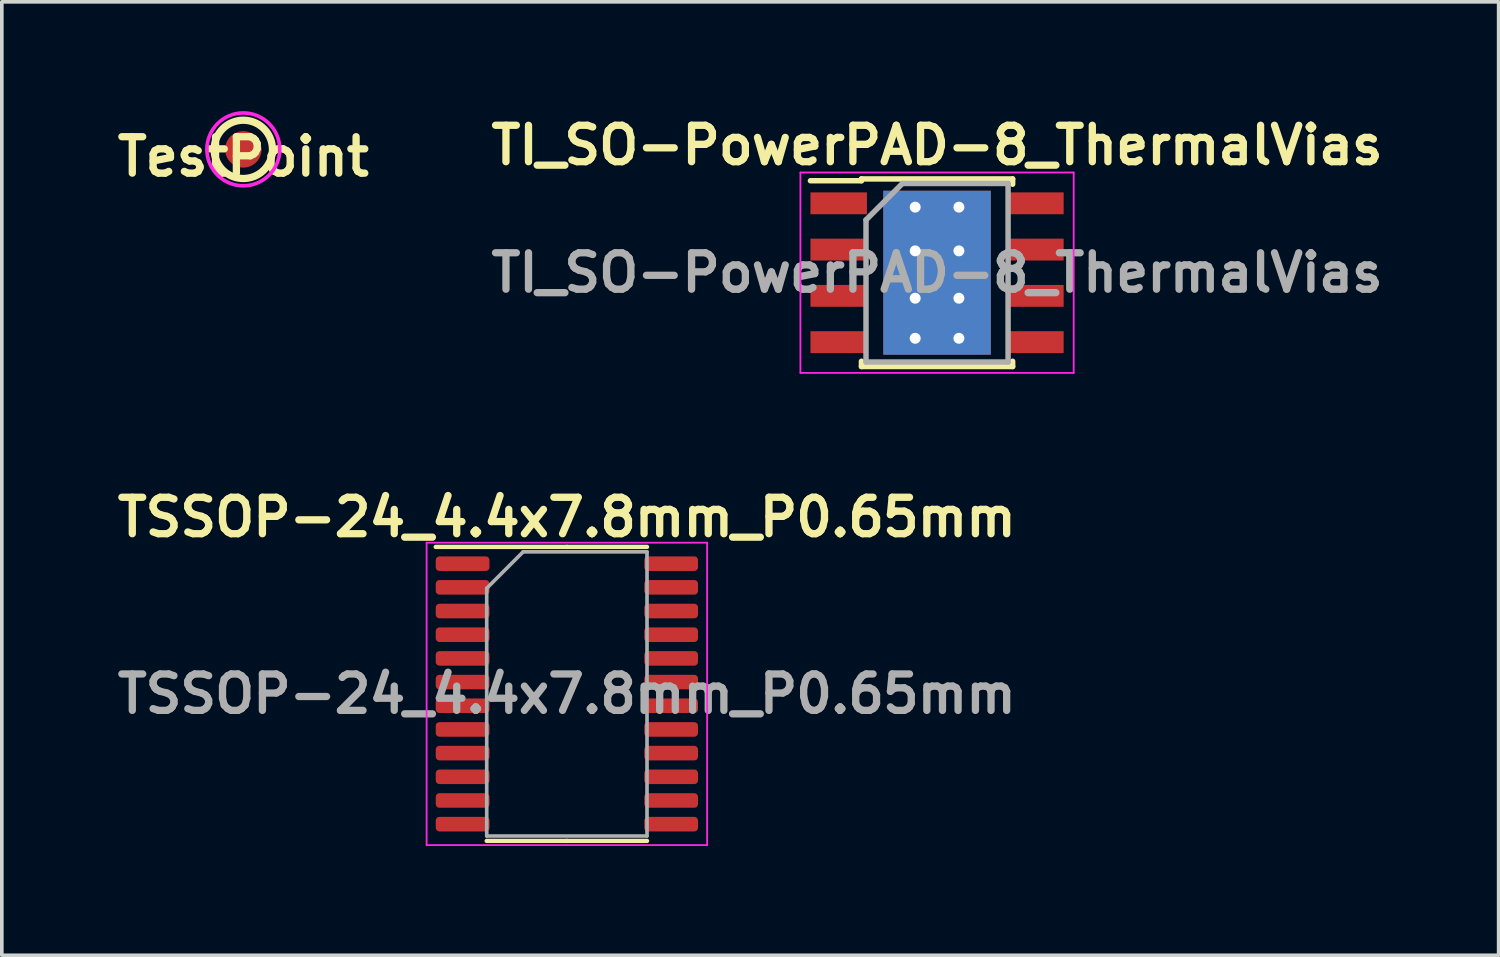
<source format=kicad_pcb>
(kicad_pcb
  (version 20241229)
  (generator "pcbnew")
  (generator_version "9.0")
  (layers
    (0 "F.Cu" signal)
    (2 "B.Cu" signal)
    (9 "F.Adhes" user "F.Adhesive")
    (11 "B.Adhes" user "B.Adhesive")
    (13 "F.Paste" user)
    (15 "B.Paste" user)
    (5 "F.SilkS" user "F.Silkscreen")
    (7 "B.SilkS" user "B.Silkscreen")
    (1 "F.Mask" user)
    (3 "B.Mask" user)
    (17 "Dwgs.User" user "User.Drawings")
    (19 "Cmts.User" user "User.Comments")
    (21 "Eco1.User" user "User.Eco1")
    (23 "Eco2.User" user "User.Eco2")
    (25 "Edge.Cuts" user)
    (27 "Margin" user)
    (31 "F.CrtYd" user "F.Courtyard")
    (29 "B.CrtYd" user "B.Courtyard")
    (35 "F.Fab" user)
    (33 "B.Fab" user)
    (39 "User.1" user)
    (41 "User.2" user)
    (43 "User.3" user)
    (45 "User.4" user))
  (footprint "TestPoint"
    (layer "F.Cu")
    (at 3.629 1.05)
    (property "Reference" "TestPoint" (at 0 0.2 0) (layer "F.SilkS") (effects (font (size 1 1) (thickness 0.2))))
    (attr through_hole)
    (fp_circle (center 0 0) (end 0.8 0) (stroke (width 0.2) (type solid)) (fill no) (layer "F.SilkS"))
    (fp_circle (center 0 0) (end 1 0) (stroke (width 0.1) (type solid)) (fill no) (layer "F.CrtYd"))
    (pad "1" smd circle (at 0 0) (size 1 1) (layers "F.Cu" "F.Mask" "F.Paste")))
  (footprint "TI_SO-PowerPAD-8_ThermalVias"
    (layer "F.Cu")
    (at 22.671 4.436)
    (property "Reference" "TI_SO-PowerPAD-8_ThermalVias" (at 0 -3.5 0) (layer "F.SilkS") (effects (font (size 1 1) (thickness 0.2))))
    (attr smd)
    (fp_line (start -2.075 -2.575) (end -2.075 -2.525) (stroke (width 0.15) (type solid)) (layer "F.SilkS"))
    (fp_line (start -2.075 -2.575) (end 2.075 -2.575) (stroke (width 0.15) (type solid)) (layer "F.SilkS"))
    (fp_line (start -2.075 -2.525) (end -3.475 -2.525) (stroke (width 0.15) (type solid)) (layer "F.SilkS"))
    (fp_line (start -2.075 2.575) (end -2.075 2.43) (stroke (width 0.15) (type solid)) (layer "F.SilkS"))
    (fp_line (start -2.075 2.575) (end 2.075 2.575) (stroke (width 0.15) (type solid)) (layer "F.SilkS"))
    (fp_line (start 2.075 -2.575) (end 2.075 -2.43) (stroke (width 0.15) (type solid)) (layer "F.SilkS"))
    (fp_line (start 2.075 2.575) (end 2.075 2.43) (stroke (width 0.15) (type solid)) (layer "F.SilkS"))
    (fp_line (start -3.75 -2.75) (end -3.75 2.75) (stroke (width 0.05) (type solid)) (layer "F.CrtYd"))
    (fp_line (start -3.75 -2.75) (end 3.75 -2.75) (stroke (width 0.05) (type solid)) (layer "F.CrtYd"))
    (fp_line (start -3.75 2.75) (end 3.75 2.75) (stroke (width 0.05) (type solid)) (layer "F.CrtYd"))
    (fp_line (start 3.75 -2.75) (end 3.75 2.75) (stroke (width 0.05) (type solid)) (layer "F.CrtYd"))
    (fp_line (start -1.95 -1.45) (end -0.95 -2.45) (stroke (width 0.15) (type solid)) (layer "F.Fab"))
    (fp_line (start -1.95 2.45) (end -1.95 -1.45) (stroke (width 0.15) (type solid)) (layer "F.Fab"))
    (fp_line (start -0.95 -2.45) (end 1.95 -2.45) (stroke (width 0.15) (type solid)) (layer "F.Fab"))
    (fp_line (start 1.95 -2.45) (end 1.95 2.45) (stroke (width 0.15) (type solid)) (layer "F.Fab"))
    (fp_line (start 1.95 2.45) (end -1.95 2.45) (stroke (width 0.15) (type solid)) (layer "F.Fab"))
    (fp_text user "${REFERENCE}" (at 0 0 0) (layer "F.Fab") (effects (font (size 1 1) (thickness 0.2))))
    (pad "1" smd rect (at -2.7 -1.905) (size 1.55 0.6) (layers "F.Cu" "F.Mask" "F.Paste"))
    (pad "2" smd rect (at -2.7 -0.635) (size 1.55 0.6) (layers "F.Cu" "F.Mask" "F.Paste"))
    (pad "3" smd rect (at -2.7 0.635) (size 1.55 0.6) (layers "F.Cu" "F.Mask" "F.Paste"))
    (pad "4" smd rect (at -2.7 1.905) (size 1.55 0.6) (layers "F.Cu" "F.Mask" "F.Paste"))
    (pad "5" smd rect (at 2.7 1.905) (size 1.55 0.6) (layers "F.Cu" "F.Mask" "F.Paste"))
    (pad "6" smd rect (at 2.7 0.635) (size 1.55 0.6) (layers "F.Cu" "F.Mask" "F.Paste"))
    (pad "7" smd rect (at 2.7 -0.635) (size 1.55 0.6) (layers "F.Cu" "F.Mask" "F.Paste"))
    (pad "8" smd rect (at 2.7 -1.905) (size 1.55 0.6) (layers "F.Cu" "F.Mask" "F.Paste"))
    (pad "9" thru_hole circle (at -0.6 -1.8) (size 0.6 0.6) (drill 0.3) (layers "*.Cu"))
    (pad "9" thru_hole circle (at -0.6 -0.6) (size 0.6 0.6) (drill 0.3) (layers "*.Cu"))
    (pad "9" thru_hole circle (at -0.6 0.7) (size 0.6 0.6) (drill 0.3) (layers "*.Cu"))
    (pad "9" thru_hole circle (at -0.6 1.8) (size 0.6 0.6) (drill 0.3) (layers "*.Cu"))
    (pad "9" smd rect (at 0 0) (size 2.6 3.1) (layers "F.Cu" "F.Mask" "F.Paste"))
    (pad "9" smd rect (at 0 0) (size 2.95 4.5) (layers "F.Cu"))
    (pad "9" smd rect (at 0 0) (size 2.95 4.5) (layers "B.Cu"))
    (pad "9" thru_hole circle (at 0.6 -1.8) (size 0.6 0.6) (drill 0.3) (layers "*.Cu"))
    (pad "9" thru_hole circle (at 0.6 -0.6) (size 0.6 0.6) (drill 0.3) (layers "*.Cu"))
    (pad "9" thru_hole circle (at 0.6 0.7) (size 0.6 0.6) (drill 0.3) (layers "*.Cu"))
    (pad "9" thru_hole circle (at 0.6 1.8) (size 0.6 0.6) (drill 0.3) (layers "*.Cu")))
  (footprint "TSSOP-24_4.4x7.8mm_P0.65mm"
    (layer "F.Cu")
    (at 12.51 15.997)
    (property "Reference" "TSSOP-24_4.4x7.8mm_P0.65mm" (at 0 -4.85 0) (layer "F.SilkS") (effects (font (size 1 1) (thickness 0.2))))
    (attr smd)
    (fp_line (start 0 -4.035) (end -3.6 -4.035) (stroke (width 0.12) (type solid)) (layer "F.SilkS"))
    (fp_line (start 0 -4.035) (end 2.2 -4.035) (stroke (width 0.12) (type solid)) (layer "F.SilkS"))
    (fp_line (start 0 4.035) (end -2.2 4.035) (stroke (width 0.12) (type solid)) (layer "F.SilkS"))
    (fp_line (start 0 4.035) (end 2.2 4.035) (stroke (width 0.12) (type solid)) (layer "F.SilkS"))
    (fp_line (start -3.85 -4.15) (end -3.85 4.15) (stroke (width 0.05) (type solid)) (layer "F.CrtYd"))
    (fp_line (start -3.85 4.15) (end 3.85 4.15) (stroke (width 0.05) (type solid)) (layer "F.CrtYd"))
    (fp_line (start 3.85 -4.15) (end -3.85 -4.15) (stroke (width 0.05) (type solid)) (layer "F.CrtYd"))
    (fp_line (start 3.85 4.15) (end 3.85 -4.15) (stroke (width 0.05) (type solid)) (layer "F.CrtYd"))
    (fp_line (start -2.2 -2.9) (end -1.2 -3.9) (stroke (width 0.1) (type solid)) (layer "F.Fab"))
    (fp_line (start -2.2 3.9) (end -2.2 -2.9) (stroke (width 0.1) (type solid)) (layer "F.Fab"))
    (fp_line (start -1.2 -3.9) (end 2.2 -3.9) (stroke (width 0.1) (type solid)) (layer "F.Fab"))
    (fp_line (start 2.2 -3.9) (end 2.2 3.9) (stroke (width 0.1) (type solid)) (layer "F.Fab"))
    (fp_line (start 2.2 3.9) (end -2.2 3.9) (stroke (width 0.1) (type solid)) (layer "F.Fab"))
    (fp_text user "${REFERENCE}" (at 0 0 0) (layer "F.Fab") (effects (font (size 1 1) (thickness 0.2))))
    (pad "1" smd roundrect (at -2.862 -3.575) (size 1.475 0.4) (layers "F.Cu" "F.Mask" "F.Paste") (roundrect_rratio 0.25))
    (pad "2" smd roundrect (at -2.862 -2.925) (size 1.475 0.4) (layers "F.Cu" "F.Mask" "F.Paste") (roundrect_rratio 0.25))
    (pad "3" smd roundrect (at -2.862 -2.275) (size 1.475 0.4) (layers "F.Cu" "F.Mask" "F.Paste") (roundrect_rratio 0.25))
    (pad "4" smd roundrect (at -2.862 -1.625) (size 1.475 0.4) (layers "F.Cu" "F.Mask" "F.Paste") (roundrect_rratio 0.25))
    (pad "5" smd roundrect (at -2.862 -0.975) (size 1.475 0.4) (layers "F.Cu" "F.Mask" "F.Paste") (roundrect_rratio 0.25))
    (pad "6" smd roundrect (at -2.862 -0.325) (size 1.475 0.4) (layers "F.Cu" "F.Mask" "F.Paste") (roundrect_rratio 0.25))
    (pad "7" smd roundrect (at -2.862 0.325) (size 1.475 0.4) (layers "F.Cu" "F.Mask" "F.Paste") (roundrect_rratio 0.25))
    (pad "8" smd roundrect (at -2.862 0.975) (size 1.475 0.4) (layers "F.Cu" "F.Mask" "F.Paste") (roundrect_rratio 0.25))
    (pad "9" smd roundrect (at -2.862 1.625) (size 1.475 0.4) (layers "F.Cu" "F.Mask" "F.Paste") (roundrect_rratio 0.25))
    (pad "10" smd roundrect (at -2.862 2.275) (size 1.475 0.4) (layers "F.Cu" "F.Mask" "F.Paste") (roundrect_rratio 0.25))
    (pad "11" smd roundrect (at -2.862 2.925) (size 1.475 0.4) (layers "F.Cu" "F.Mask" "F.Paste") (roundrect_rratio 0.25))
    (pad "12" smd roundrect (at -2.862 3.575) (size 1.475 0.4) (layers "F.Cu" "F.Mask" "F.Paste") (roundrect_rratio 0.25))
    (pad "13" smd roundrect (at 2.862 3.575) (size 1.475 0.4) (layers "F.Cu" "F.Mask" "F.Paste") (roundrect_rratio 0.25))
    (pad "14" smd roundrect (at 2.862 2.925) (size 1.475 0.4) (layers "F.Cu" "F.Mask" "F.Paste") (roundrect_rratio 0.25))
    (pad "15" smd roundrect (at 2.862 2.275) (size 1.475 0.4) (layers "F.Cu" "F.Mask" "F.Paste") (roundrect_rratio 0.25))
    (pad "16" smd roundrect (at 2.862 1.625) (size 1.475 0.4) (layers "F.Cu" "F.Mask" "F.Paste") (roundrect_rratio 0.25))
    (pad "17" smd roundrect (at 2.862 0.975) (size 1.475 0.4) (layers "F.Cu" "F.Mask" "F.Paste") (roundrect_rratio 0.25))
    (pad "18" smd roundrect (at 2.862 0.325) (size 1.475 0.4) (layers "F.Cu" "F.Mask" "F.Paste") (roundrect_rratio 0.25))
    (pad "19" smd roundrect (at 2.862 -0.325) (size 1.475 0.4) (layers "F.Cu" "F.Mask" "F.Paste") (roundrect_rratio 0.25))
    (pad "20" smd roundrect (at 2.862 -0.975) (size 1.475 0.4) (layers "F.Cu" "F.Mask" "F.Paste") (roundrect_rratio 0.25))
    (pad "21" smd roundrect (at 2.862 -1.625) (size 1.475 0.4) (layers "F.Cu" "F.Mask" "F.Paste") (roundrect_rratio 0.25))
    (pad "22" smd roundrect (at 2.862 -2.275) (size 1.475 0.4) (layers "F.Cu" "F.Mask" "F.Paste") (roundrect_rratio 0.25))
    (pad "23" smd roundrect (at 2.862 -2.925) (size 1.475 0.4) (layers "F.Cu" "F.Mask" "F.Paste") (roundrect_rratio 0.25))
    (pad "24" smd roundrect (at 2.862 -3.575) (size 1.475 0.4) (layers "F.Cu" "F.Mask" "F.Paste") (roundrect_rratio 0.25)))
  (gr_rect
    (start -3 -3)
    (end 38.086 23.172)
    (stroke (width 0.1) (type default))
    (fill no)
    (layer "Edge.Cuts")))
</source>
